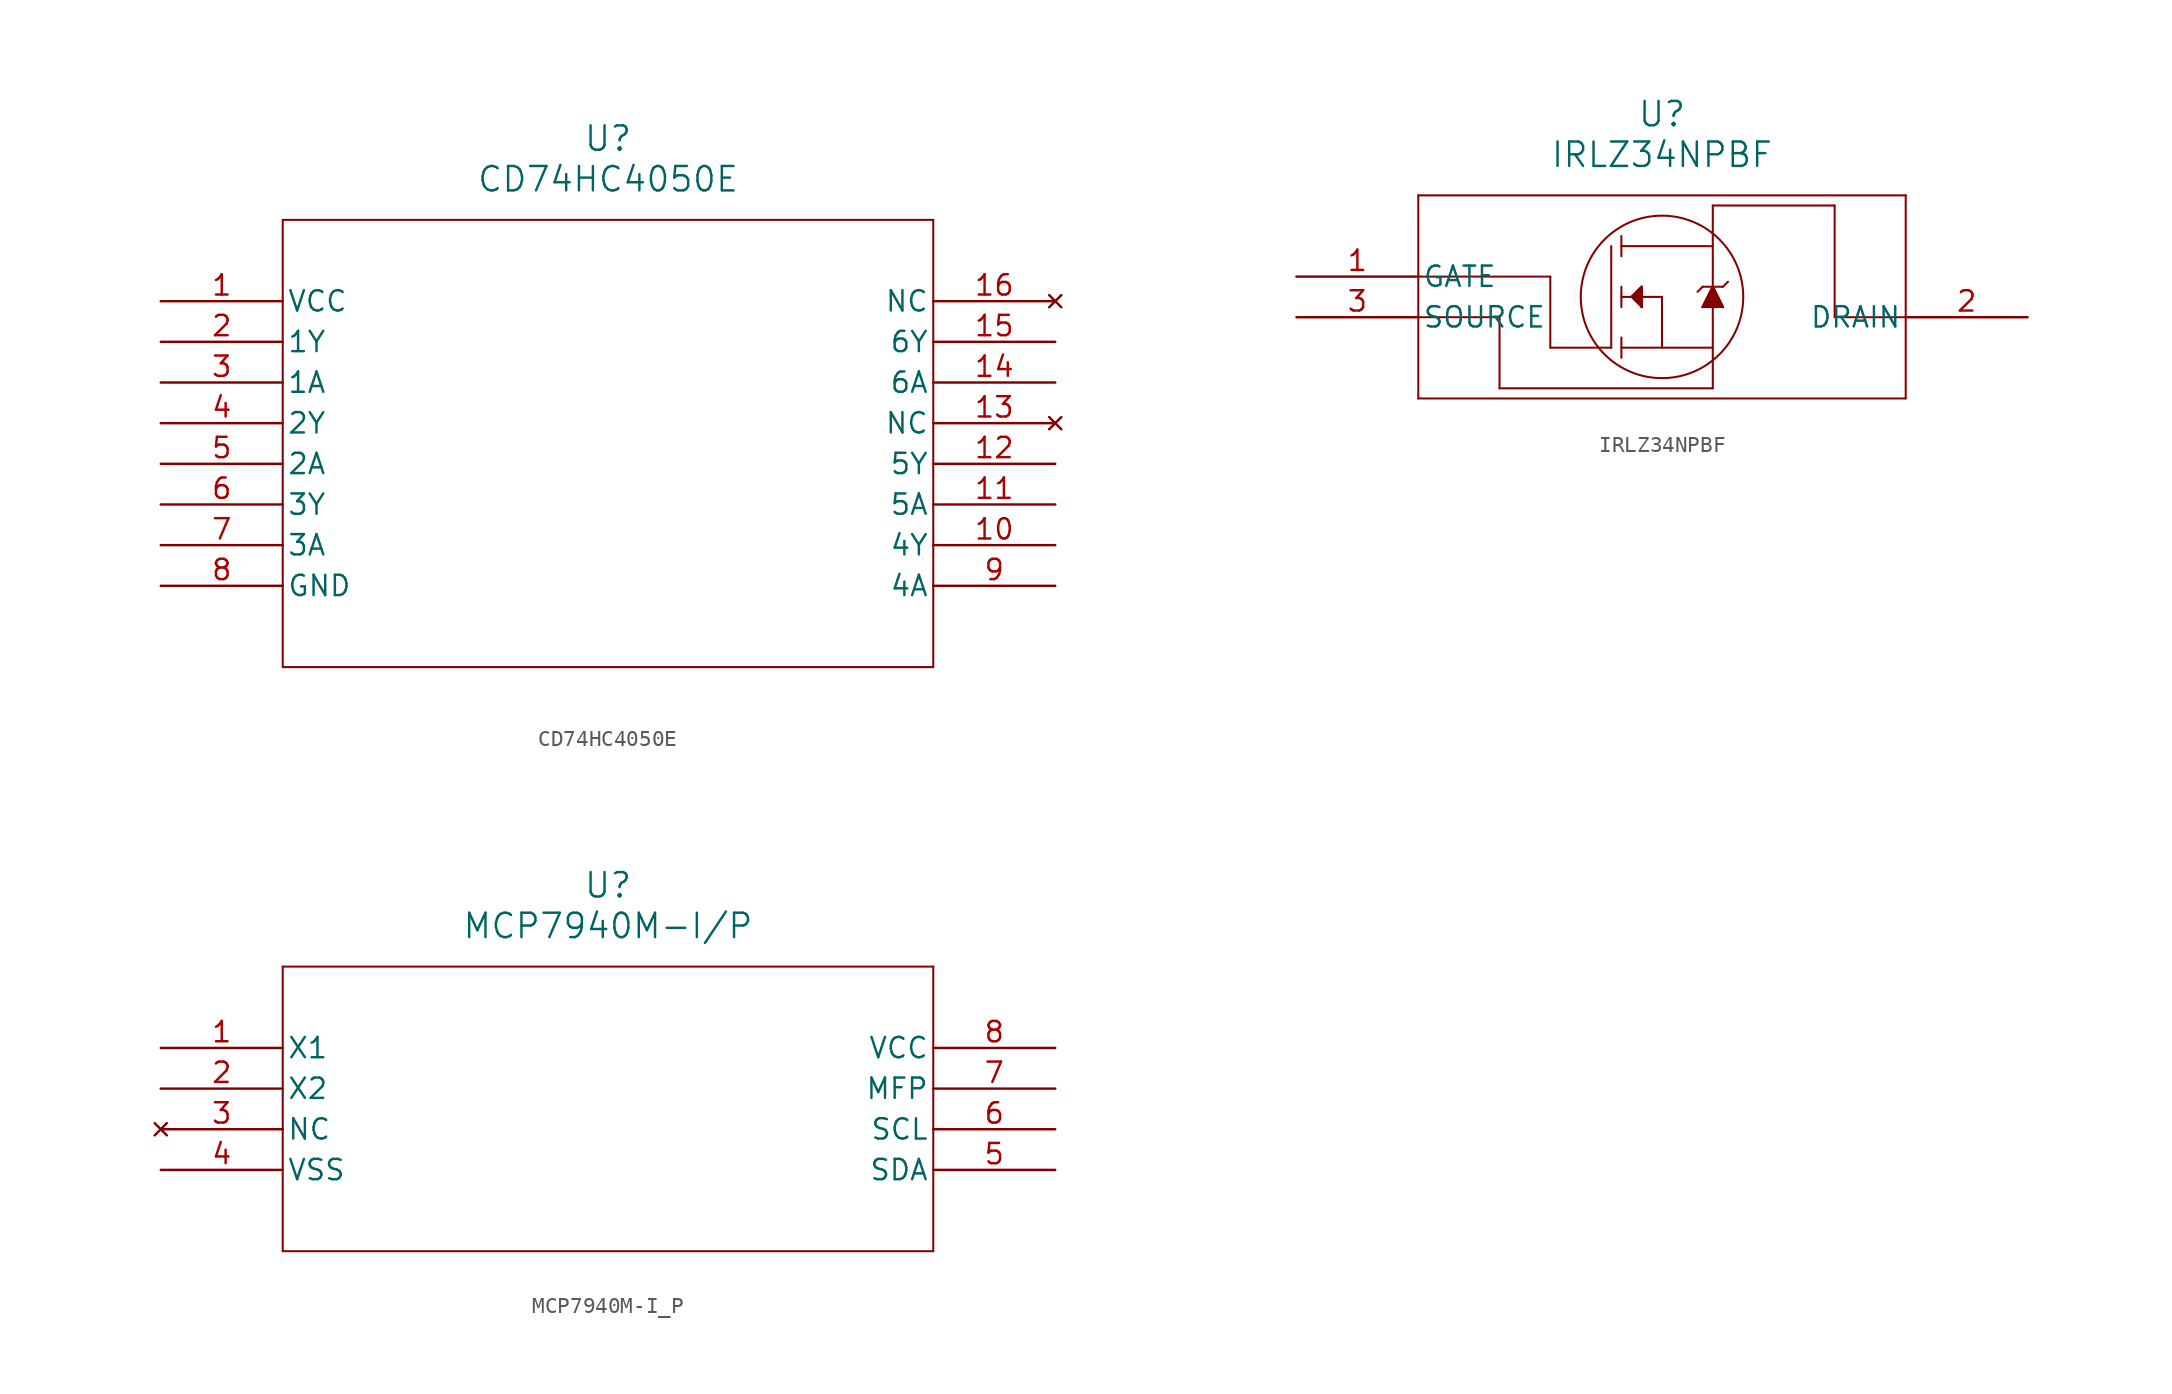
<source format=kicad_sym>
(kicad_symbol_lib
  (version 20231120)
  (generator "kicad_symbol_editor")
  (generator_version "8.0")
  (symbol "CD74HC4050E"
    (pin_names
      (offset 0.254))
    (property "Reference" "U"
      (at 27.94 10.16 0)
      (effects (font (size 1.524 1.524))))
    (property "Value" "CD74HC4050E"
      (at 27.94 7.62 0)
      (effects (font (size 1.524 1.524))))
    (property "ki_locked" ""
      (at 0 0 0)
      (effects (font (size 1.27 1.27))))
    (symbol "CD74HC4050E_0_1"
      (polyline (pts (xy 7.62 -22.86) (xy 48.26 -22.86)) (stroke (width 0.127) (type default)) (fill (type none)))
      (polyline (pts (xy 7.62 5.08) (xy 7.62 -22.86)) (stroke (width 0.127) (type default)) (fill (type none)))
      (polyline (pts (xy 48.26 -22.86) (xy 48.26 5.08)) (stroke (width 0.127) (type default)) (fill (type none)))
      (polyline (pts (xy 48.26 5.08) (xy 7.62 5.08)) (stroke (width 0.127) (type default)) (fill (type none)))
      (pin power_in line (at 0 0 0) (length 7.62) (name "VCC" (effects (font (size 1.27 1.27)))) (number "1" (effects (font (size 1.27 1.27)))))
      (pin output line (at 55.88 -15.24 180) (length 7.62) (name "4Y" (effects (font (size 1.27 1.27)))) (number "10" (effects (font (size 1.27 1.27)))))
      (pin input line (at 55.88 -12.7 180) (length 7.62) (name "5A" (effects (font (size 1.27 1.27)))) (number "11" (effects (font (size 1.27 1.27)))))
      (pin output line (at 55.88 -10.16 180) (length 7.62) (name "5Y" (effects (font (size 1.27 1.27)))) (number "12" (effects (font (size 1.27 1.27)))))
      (pin no_connect line (at 55.88 -7.62 180) (length 7.62) (name "NC" (effects (font (size 1.27 1.27)))) (number "13" (effects (font (size 1.27 1.27)))))
      (pin input line (at 55.88 -5.08 180) (length 7.62) (name "6A" (effects (font (size 1.27 1.27)))) (number "14" (effects (font (size 1.27 1.27)))))
      (pin output line (at 55.88 -2.54 180) (length 7.62) (name "6Y" (effects (font (size 1.27 1.27)))) (number "15" (effects (font (size 1.27 1.27)))))
      (pin no_connect line (at 55.88 0 180) (length 7.62) (name "NC" (effects (font (size 1.27 1.27)))) (number "16" (effects (font (size 1.27 1.27)))))
      (pin output line (at 0 -2.54 0) (length 7.62) (name "1Y" (effects (font (size 1.27 1.27)))) (number "2" (effects (font (size 1.27 1.27)))))
      (pin input line (at 0 -5.08 0) (length 7.62) (name "1A" (effects (font (size 1.27 1.27)))) (number "3" (effects (font (size 1.27 1.27)))))
      (pin output line (at 0 -7.62 0) (length 7.62) (name "2Y" (effects (font (size 1.27 1.27)))) (number "4" (effects (font (size 1.27 1.27)))))
      (pin input line (at 0 -10.16 0) (length 7.62) (name "2A" (effects (font (size 1.27 1.27)))) (number "5" (effects (font (size 1.27 1.27)))))
      (pin output line (at 0 -12.7 0) (length 7.62) (name "3Y" (effects (font (size 1.27 1.27)))) (number "6" (effects (font (size 1.27 1.27)))))
      (pin input line (at 0 -15.24 0) (length 7.62) (name "3A" (effects (font (size 1.27 1.27)))) (number "7" (effects (font (size 1.27 1.27)))))
      (pin power_in line (at 0 -17.78 0) (length 7.62) (name "GND" (effects (font (size 1.27 1.27)))) (number "8" (effects (font (size 1.27 1.27)))))
      (pin input line (at 55.88 -17.78 180) (length 7.62) (name "4A" (effects (font (size 1.27 1.27)))) (number "9" (effects (font (size 1.27 1.27)))))))
  (symbol "IRLZ34NPBF"
    (pin_names
      (offset 0.254))
    (property "Reference" "U"
      (at 22.86 10.16 0)
      (effects (font (size 1.524 1.524))))
    (property "Value" "IRLZ34NPBF"
      (at 22.86 7.62 0)
      (effects (font (size 1.524 1.524))))
    (property "ki_locked" ""
      (at 0 0 0)
      (effects (font (size 1.27 1.27))))
    (symbol "IRLZ34NPBF_0_1"
      (polyline (pts (xy 7.62 -7.62) (xy 38.1 -7.62)) (stroke (width 0.127) (type default)) (fill (type none)))
      (polyline (pts (xy 7.62 0) (xy 15.875 0)) (stroke (width 0.127) (type default)) (fill (type none)))
      (polyline (pts (xy 7.62 5.08) (xy 7.62 -7.62)) (stroke (width 0.127) (type default)) (fill (type none)))
      (polyline (pts (xy 12.7 -6.985) (xy 12.7 -2.54)) (stroke (width 0.127) (type default)) (fill (type none)))
      (polyline (pts (xy 12.7 -2.54) (xy 7.62 -2.54)) (stroke (width 0.127) (type default)) (fill (type none)))
      (polyline (pts (xy 15.875 -4.445) (xy 19.685 -4.445)) (stroke (width 0.127) (type default)) (fill (type none)))
      (polyline (pts (xy 15.875 0) (xy 15.875 -4.445)) (stroke (width 0.127) (type default)) (fill (type none)))
      (polyline (pts (xy 19.685 -4.445) (xy 19.685 1.905)) (stroke (width 0.127) (type default)) (fill (type none)))
      (polyline (pts (xy 20.32 -5.08) (xy 20.32 -3.81)) (stroke (width 0.127) (type default)) (fill (type none)))
      (polyline (pts (xy 20.32 -4.445) (xy 26.035 -4.445)) (stroke (width 0.127) (type default)) (fill (type none)))
      (polyline (pts (xy 20.32 -1.905) (xy 20.32 -0.635)) (stroke (width 0.127) (type default)) (fill (type none)))
      (polyline (pts (xy 20.32 1.905) (xy 26.035 1.905)) (stroke (width 0.127) (type default)) (fill (type none)))
      (polyline (pts (xy 20.32 2.54) (xy 20.32 1.27)) (stroke (width 0.127) (type default)) (fill (type none)))
      (polyline (pts (xy 20.955 -1.27) (xy 21.59 -1.905)) (stroke (width 0.127) (type default)) (fill (type none)))
      (polyline (pts (xy 20.955 -1.27) (xy 21.59 -0.635)) (stroke (width 0.127) (type default)) (fill (type none)))
      (polyline (pts (xy 21.59 -1.905) (xy 21.59 -0.635)) (stroke (width 0.127) (type default)) (fill (type none)))
      (polyline (pts (xy 22.86 -4.445) (xy 22.86 -1.27)) (stroke (width 0.127) (type default)) (fill (type none)))
      (polyline (pts (xy 22.86 -1.27) (xy 20.32 -1.27)) (stroke (width 0.127) (type default)) (fill (type none)))
      (polyline (pts (xy 25.4 -1.905) (xy 26.035 -0.635)) (stroke (width 0.127) (type default)) (fill (type none)))
      (polyline (pts (xy 25.4 -1.905) (xy 26.67 -1.905)) (stroke (width 0.127) (type default)) (fill (type none)))
      (polyline (pts (xy 25.4 -0.635) (xy 25.082 -0.953)) (stroke (width 0.127) (type default)) (fill (type none)))
      (polyline (pts (xy 25.4 -0.635) (xy 26.67 -0.635)) (stroke (width 0.127) (type default)) (fill (type none)))
      (polyline (pts (xy 26.035 -6.985) (xy 12.7 -6.985)) (stroke (width 0.127) (type default)) (fill (type none)))
      (polyline (pts (xy 26.035 -0.635) (xy 26.67 -1.905)) (stroke (width 0.127) (type default)) (fill (type none)))
      (polyline (pts (xy 26.035 4.445) (xy 26.035 -6.985)) (stroke (width 0.127) (type default)) (fill (type none)))
      (polyline (pts (xy 26.035 4.445) (xy 33.655 4.445)) (stroke (width 0.127) (type default)) (fill (type none)))
      (polyline (pts (xy 26.67 -0.635) (xy 26.988 -0.318)) (stroke (width 0.127) (type default)) (fill (type none)))
      (polyline (pts (xy 33.655 -2.54) (xy 38.1 -2.54)) (stroke (width 0.127) (type default)) (fill (type none)))
      (polyline (pts (xy 33.655 4.445) (xy 33.655 -2.54)) (stroke (width 0.127) (type default)) (fill (type none)))
      (polyline (pts (xy 38.1 -7.62) (xy 38.1 5.08)) (stroke (width 0.127) (type default)) (fill (type none)))
      (polyline (pts (xy 38.1 5.08) (xy 7.62 5.08)) (stroke (width 0.127) (type default)) (fill (type none)))
      (polyline (pts (xy 20.955 -1.27) (xy 21.59 -0.635) (xy 21.59 -1.905)) (stroke (width 0) (type default)) (fill (type outline)))
      (polyline (pts (xy 25.4 -1.905) (xy 26.035 -0.635) (xy 26.67 -1.905)) (stroke (width 0) (type default)) (fill (type outline)))
      (circle (center 22.86 -1.27) (radius 5.08) (stroke (width 0.127) (type default)) (fill (type none)))
      (pin unspecified line (at 0 0 0) (length 7.62) (name "GATE" (effects (font (size 1.27 1.27)))) (number "1" (effects (font (size 1.27 1.27)))))
      (pin unspecified line (at 45.72 -2.54 180) (length 7.62) (name "DRAIN" (effects (font (size 1.27 1.27)))) (number "2" (effects (font (size 1.27 1.27)))))
      (pin unspecified line (at 0 -2.54 0) (length 7.62) (name "SOURCE" (effects (font (size 1.27 1.27)))) (number "3" (effects (font (size 1.27 1.27)))))))
  (symbol "MCP7940M-I_P"
    (pin_names
      (offset 0.254))
    (property "Reference" "U"
      (at 27.94 10.16 0)
      (effects (font (size 1.524 1.524))))
    (property "Value" "MCP7940M-I/P"
      (at 27.94 7.62 0)
      (effects (font (size 1.524 1.524))))
    (property "ki_locked" ""
      (at 0 0 0)
      (effects (font (size 1.27 1.27))))
    (symbol "MCP7940M-I_P_0_1"
      (polyline (pts (xy 7.62 -12.7) (xy 48.26 -12.7)) (stroke (width 0.127) (type default)) (fill (type none)))
      (polyline (pts (xy 7.62 5.08) (xy 7.62 -12.7)) (stroke (width 0.127) (type default)) (fill (type none)))
      (polyline (pts (xy 48.26 -12.7) (xy 48.26 5.08)) (stroke (width 0.127) (type default)) (fill (type none)))
      (polyline (pts (xy 48.26 5.08) (xy 7.62 5.08)) (stroke (width 0.127) (type default)) (fill (type none)))
      (pin input line (at 0 0 0) (length 7.62) (name "X1" (effects (font (size 1.27 1.27)))) (number "1" (effects (font (size 1.27 1.27)))))
      (pin output line (at 0 -2.54 0) (length 7.62) (name "X2" (effects (font (size 1.27 1.27)))) (number "2" (effects (font (size 1.27 1.27)))))
      (pin no_connect line (at 0 -5.08 0) (length 7.62) (name "NC" (effects (font (size 1.27 1.27)))) (number "3" (effects (font (size 1.27 1.27)))))
      (pin power_in line (at 0 -7.62 0) (length 7.62) (name "VSS" (effects (font (size 1.27 1.27)))) (number "4" (effects (font (size 1.27 1.27)))))
      (pin bidirectional line (at 55.88 -7.62 180) (length 7.62) (name "SDA" (effects (font (size 1.27 1.27)))) (number "5" (effects (font (size 1.27 1.27)))))
      (pin unspecified line (at 55.88 -5.08 180) (length 7.62) (name "SCL" (effects (font (size 1.27 1.27)))) (number "6" (effects (font (size 1.27 1.27)))))
      (pin unspecified line (at 55.88 -2.54 180) (length 7.62) (name "MFP" (effects (font (size 1.27 1.27)))) (number "7" (effects (font (size 1.27 1.27)))))
      (pin power_in line (at 55.88 0 180) (length 7.62) (name "VCC" (effects (font (size 1.27 1.27)))) (number "8" (effects (font (size 1.27 1.27))))))))
</source>
